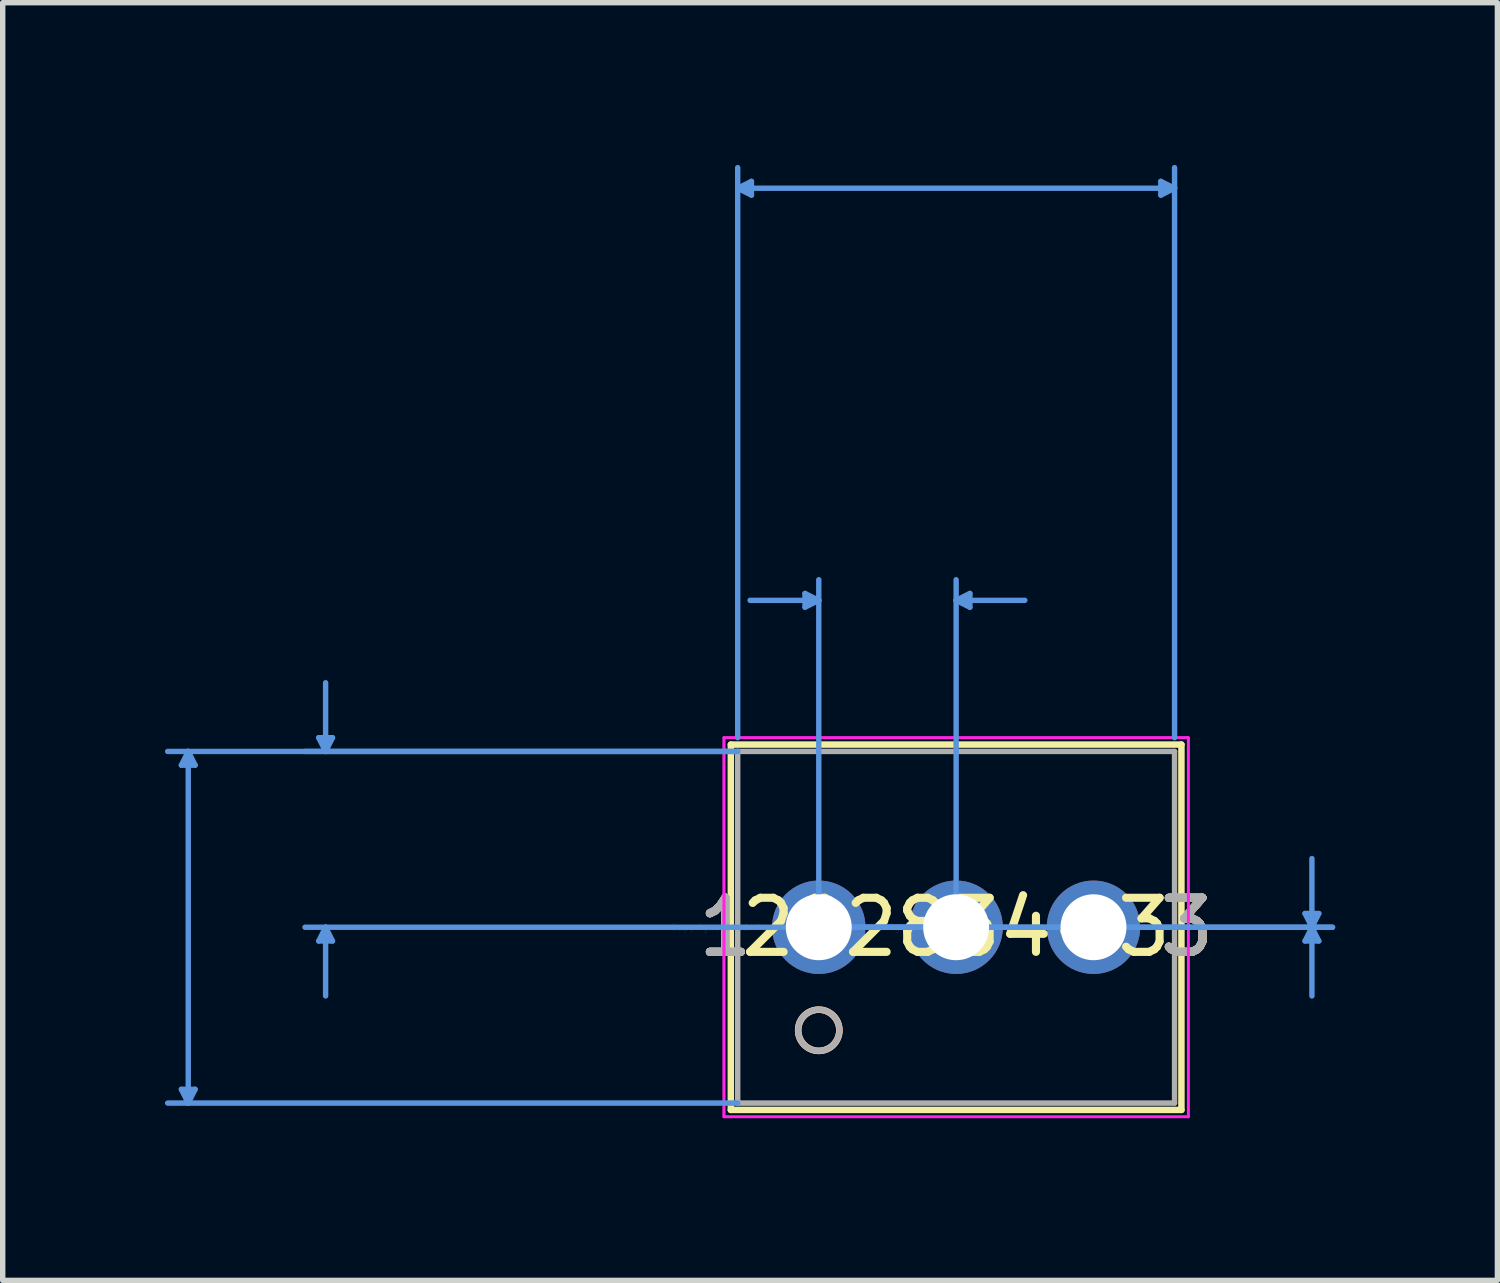
<source format=kicad_pcb>
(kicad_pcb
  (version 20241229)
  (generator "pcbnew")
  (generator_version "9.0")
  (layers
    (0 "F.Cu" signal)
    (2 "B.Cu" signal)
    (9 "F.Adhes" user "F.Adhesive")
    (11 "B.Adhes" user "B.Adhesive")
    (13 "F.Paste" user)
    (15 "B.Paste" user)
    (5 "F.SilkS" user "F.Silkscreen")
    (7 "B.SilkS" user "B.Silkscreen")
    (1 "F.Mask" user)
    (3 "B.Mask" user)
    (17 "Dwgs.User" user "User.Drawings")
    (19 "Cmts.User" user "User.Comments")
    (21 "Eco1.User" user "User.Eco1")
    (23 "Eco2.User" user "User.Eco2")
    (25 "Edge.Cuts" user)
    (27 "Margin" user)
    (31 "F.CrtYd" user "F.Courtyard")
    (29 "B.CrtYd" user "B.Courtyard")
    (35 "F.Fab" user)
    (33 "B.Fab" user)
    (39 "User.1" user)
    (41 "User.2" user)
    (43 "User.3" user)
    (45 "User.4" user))
  (footprint "282834-3"
    (layer "F.Cu")
    (at 12.09 14.096)
    (property "Reference" "282834-3" (at 2.54 0 0) (layer "F.SilkS") (effects (font (size 1 1) (thickness 0.15))))
    (attr through_hole)
    (fp_line (start -1.626 -3.378) (end -1.626 3.378) (stroke (width 0.12) (type solid)) (layer "F.SilkS"))
    (fp_line (start -1.626 3.378) (end 6.706 3.378) (stroke (width 0.12) (type solid)) (layer "F.SilkS"))
    (fp_line (start 6.706 -3.378) (end -1.626 -3.378) (stroke (width 0.12) (type solid)) (layer "F.SilkS"))
    (fp_line (start 6.706 3.378) (end 6.706 -3.378) (stroke (width 0.12) (type solid)) (layer "F.SilkS"))
    (fp_circle (center 0 1.905) (end 0.381 1.905) (stroke (width 0.12) (type solid)) (fill no) (layer "F.SilkS"))
    (fp_circle (center 0 1.905) (end 0.381 1.905) (stroke (width 0.12) (type solid)) (fill no) (layer "B.SilkS"))
    (fp_line (start -11.786 -2.997) (end -11.532 -2.997) (stroke (width 0.1) (type solid)) (layer "Cmts.User"))
    (fp_line (start -11.786 2.997) (end -11.532 2.997) (stroke (width 0.1) (type solid)) (layer "Cmts.User"))
    (fp_line (start -11.659 -3.251) (end -11.786 -2.997) (stroke (width 0.1) (type solid)) (layer "Cmts.User"))
    (fp_line (start -11.659 -3.251) (end -11.659 3.251) (stroke (width 0.1) (type solid)) (layer "Cmts.User"))
    (fp_line (start -11.659 -3.251) (end -11.532 -2.997) (stroke (width 0.1) (type solid)) (layer "Cmts.User"))
    (fp_line (start -11.659 3.251) (end -11.786 2.997) (stroke (width 0.1) (type solid)) (layer "Cmts.User"))
    (fp_line (start -11.659 3.251) (end -11.532 2.997) (stroke (width 0.1) (type solid)) (layer "Cmts.User"))
    (fp_line (start -9.246 -3.505) (end -8.992 -3.505) (stroke (width 0.1) (type solid)) (layer "Cmts.User"))
    (fp_line (start -9.246 0.254) (end -8.992 0.254) (stroke (width 0.1) (type solid)) (layer "Cmts.User"))
    (fp_line (start -9.119 -3.251) (end -9.246 -3.505) (stroke (width 0.1) (type solid)) (layer "Cmts.User"))
    (fp_line (start -9.119 -3.251) (end -9.119 -4.521) (stroke (width 0.1) (type solid)) (layer "Cmts.User"))
    (fp_line (start -9.119 -3.251) (end -8.992 -3.505) (stroke (width 0.1) (type solid)) (layer "Cmts.User"))
    (fp_line (start -9.119 0) (end -9.246 0.254) (stroke (width 0.1) (type solid)) (layer "Cmts.User"))
    (fp_line (start -9.119 0) (end -9.119 1.27) (stroke (width 0.1) (type solid)) (layer "Cmts.User"))
    (fp_line (start -9.119 0) (end -8.992 0.254) (stroke (width 0.1) (type solid)) (layer "Cmts.User"))
    (fp_line (start -1.499 -13.665) (end -1.245 -13.792) (stroke (width 0.1) (type solid)) (layer "Cmts.User"))
    (fp_line (start -1.499 -13.665) (end -1.245 -13.538) (stroke (width 0.1) (type solid)) (layer "Cmts.User"))
    (fp_line (start -1.499 -13.665) (end 6.579 -13.665) (stroke (width 0.1) (type solid)) (layer "Cmts.User"))
    (fp_line (start -1.499 -3.505) (end -1.499 -14.046) (stroke (width 0.1) (type solid)) (layer "Cmts.User"))
    (fp_line (start -1.499 -3.251) (end -12.04 -3.251) (stroke (width 0.1) (type solid)) (layer "Cmts.User"))
    (fp_line (start -1.499 -3.251) (end -9.5 -3.251) (stroke (width 0.1) (type solid)) (layer "Cmts.User"))
    (fp_line (start -1.499 3.251) (end -12.04 3.251) (stroke (width 0.1) (type solid)) (layer "Cmts.User"))
    (fp_line (start -1.245 -13.792) (end -1.245 -13.538) (stroke (width 0.1) (type solid)) (layer "Cmts.User"))
    (fp_line (start -0.254 -6.172) (end -0.254 -5.918) (stroke (width 0.1) (type solid)) (layer "Cmts.User"))
    (fp_line (start 0 -6.045) (end -1.27 -6.045) (stroke (width 0.1) (type solid)) (layer "Cmts.User"))
    (fp_line (start 0 -6.045) (end -0.254 -6.172) (stroke (width 0.1) (type solid)) (layer "Cmts.User"))
    (fp_line (start 0 -6.045) (end -0.254 -5.918) (stroke (width 0.1) (type solid)) (layer "Cmts.User"))
    (fp_line (start 0 0) (end 0 -6.426) (stroke (width 0.1) (type solid)) (layer "Cmts.User"))
    (fp_line (start 0 0) (end 9.5 0) (stroke (width 0.1) (type solid)) (layer "Cmts.User"))
    (fp_line (start 0 0) (end 9.5 0) (stroke (width 0.1) (type solid)) (layer "Cmts.User"))
    (fp_line (start 2.54 -6.045) (end 2.794 -6.172) (stroke (width 0.1) (type solid)) (layer "Cmts.User"))
    (fp_line (start 2.54 -6.045) (end 2.794 -5.918) (stroke (width 0.1) (type solid)) (layer "Cmts.User"))
    (fp_line (start 2.54 -6.045) (end 3.81 -6.045) (stroke (width 0.1) (type solid)) (layer "Cmts.User"))
    (fp_line (start 2.54 0) (end -9.5 0) (stroke (width 0.1) (type solid)) (layer "Cmts.User"))
    (fp_line (start 2.54 0) (end 2.54 -6.426) (stroke (width 0.1) (type solid)) (layer "Cmts.User"))
    (fp_line (start 2.794 -6.172) (end 2.794 -5.918) (stroke (width 0.1) (type solid)) (layer "Cmts.User"))
    (fp_line (start 6.325 -13.792) (end 6.325 -13.538) (stroke (width 0.1) (type solid)) (layer "Cmts.User"))
    (fp_line (start 6.579 -13.665) (end 6.325 -13.792) (stroke (width 0.1) (type solid)) (layer "Cmts.User"))
    (fp_line (start 6.579 -13.665) (end 6.325 -13.538) (stroke (width 0.1) (type solid)) (layer "Cmts.User"))
    (fp_line (start 6.579 -3.505) (end 6.579 -14.046) (stroke (width 0.1) (type solid)) (layer "Cmts.User"))
    (fp_line (start 8.992 -0.254) (end 9.246 -0.254) (stroke (width 0.1) (type solid)) (layer "Cmts.User"))
    (fp_line (start 8.992 0.254) (end 9.246 0.254) (stroke (width 0.1) (type solid)) (layer "Cmts.User"))
    (fp_line (start 9.119 0) (end 8.992 -0.254) (stroke (width 0.1) (type solid)) (layer "Cmts.User"))
    (fp_line (start 9.119 0) (end 8.992 0.254) (stroke (width 0.1) (type solid)) (layer "Cmts.User"))
    (fp_line (start 9.119 0) (end 9.119 -1.27) (stroke (width 0.1) (type solid)) (layer "Cmts.User"))
    (fp_line (start 9.119 0) (end 9.119 1.27) (stroke (width 0.1) (type solid)) (layer "Cmts.User"))
    (fp_line (start 9.119 0) (end 9.246 -0.254) (stroke (width 0.1) (type solid)) (layer "Cmts.User"))
    (fp_line (start 9.119 0) (end 9.246 0.254) (stroke (width 0.1) (type solid)) (layer "Cmts.User"))
    (fp_line (start -1.753 -3.505) (end -1.753 3.505) (stroke (width 0.05) (type solid)) (layer "F.CrtYd"))
    (fp_line (start -1.753 -3.505) (end -1.753 3.505) (stroke (width 0.05) (type solid)) (layer "F.CrtYd"))
    (fp_line (start -1.753 3.505) (end 6.833 3.505) (stroke (width 0.05) (type solid)) (layer "F.CrtYd"))
    (fp_line (start -1.753 3.505) (end 6.833 3.505) (stroke (width 0.05) (type solid)) (layer "F.CrtYd"))
    (fp_line (start 6.833 -3.505) (end -1.753 -3.505) (stroke (width 0.05) (type solid)) (layer "F.CrtYd"))
    (fp_line (start 6.833 -3.505) (end -1.753 -3.505) (stroke (width 0.05) (type solid)) (layer "F.CrtYd"))
    (fp_line (start 6.833 3.505) (end 6.833 -3.505) (stroke (width 0.05) (type solid)) (layer "F.CrtYd"))
    (fp_line (start 6.833 3.505) (end 6.833 -3.505) (stroke (width 0.05) (type solid)) (layer "F.CrtYd"))
    (fp_line (start -1.499 -3.251) (end -1.499 3.251) (stroke (width 0.1) (type solid)) (layer "F.Fab"))
    (fp_line (start -1.499 3.251) (end 6.579 3.251) (stroke (width 0.1) (type solid)) (layer "F.Fab"))
    (fp_line (start 6.579 -3.251) (end -1.499 -3.251) (stroke (width 0.1) (type solid)) (layer "F.Fab"))
    (fp_line (start 6.579 3.251) (end 6.579 -3.251) (stroke (width 0.1) (type solid)) (layer "F.Fab"))
    (fp_circle (center 0 1.905) (end 0.381 1.905) (stroke (width 0.1) (type solid)) (fill no) (layer "F.Fab"))
    (fp_text user "3" (at 6.807 0 0) (layer "F.SilkS") (effects (font (size 1 1) (thickness 0.15))))
    (fp_text user "1" (at -1.727 0 0) (layer "F.SilkS") (effects (font (size 1 1) (thickness 0.15))))
    (fp_text user "3" (at 6.807 0 0) (layer "F.SilkS") (effects (font (size 1 1) (thickness 0.15))))
    (fp_text user "1" (at -1.727 0 0) (layer "F.SilkS") (effects (font (size 1 1) (thickness 0.15))))
    (fp_text user "*" (at 0 0 0) (layer "F.SilkS") (effects (font (size 1 1) (thickness 0.15))))
    (fp_text user "3" (at 6.807 0 0) (layer "B.SilkS") (effects (font (size 1 1) (thickness 0.15))))
    (fp_text user "1" (at -1.727 0 0) (layer "B.SilkS") (effects (font (size 1 1) (thickness 0.15))))
    (fp_text user "1" (at -1.727 0 0) (layer "B.SilkS") (effects (font (size 1 1) (thickness 0.15))))
    (fp_text user "3" (at 6.807 0 0) (layer "B.SilkS") (effects (font (size 1 1) (thickness 0.15))))
    (fp_text user "Copyright 2021 Accelerated Designs. All rights reserved." (at 0 0 0) (layer "Cmts.User") (effects (font (size 0.127 0.127) (thickness 0.002))))
    (fp_text user "3" (at 6.807 0 0) (layer "F.Fab") (effects (font (size 1 1) (thickness 0.15))))
    (fp_text user "*" (at 0 0 0) (layer "F.Fab") (effects (font (size 1 1) (thickness 0.15))))
    (fp_text user "1" (at -1.727 0 0) (layer "F.Fab") (effects (font (size 1 1) (thickness 0.15))))
    (fp_text user "3" (at 6.807 0 0) (layer "F.Fab") (effects (font (size 1 1) (thickness 0.15))))
    (fp_text user "1" (at -1.727 0 0) (layer "F.Fab") (effects (font (size 1 1) (thickness 0.15))))
    (pad "1" thru_hole circle (at 0 0) (size 1.727 1.727) (drill 1.219) (layers "*.Cu" "*.Mask"))
    (pad "2" thru_hole circle (at 2.54 0) (size 1.727 1.727) (drill 1.219) (layers "*.Cu" "*.Mask"))
    (pad "3" thru_hole circle (at 5.08 0) (size 1.727 1.727) (drill 1.219) (layers "*.Cu" "*.Mask")))
  (gr_rect
    (start -3 -3)
    (end 24.639 20.626)
    (stroke (width 0.1) (type default))
    (fill no)
    (layer "Edge.Cuts")))
</source>
